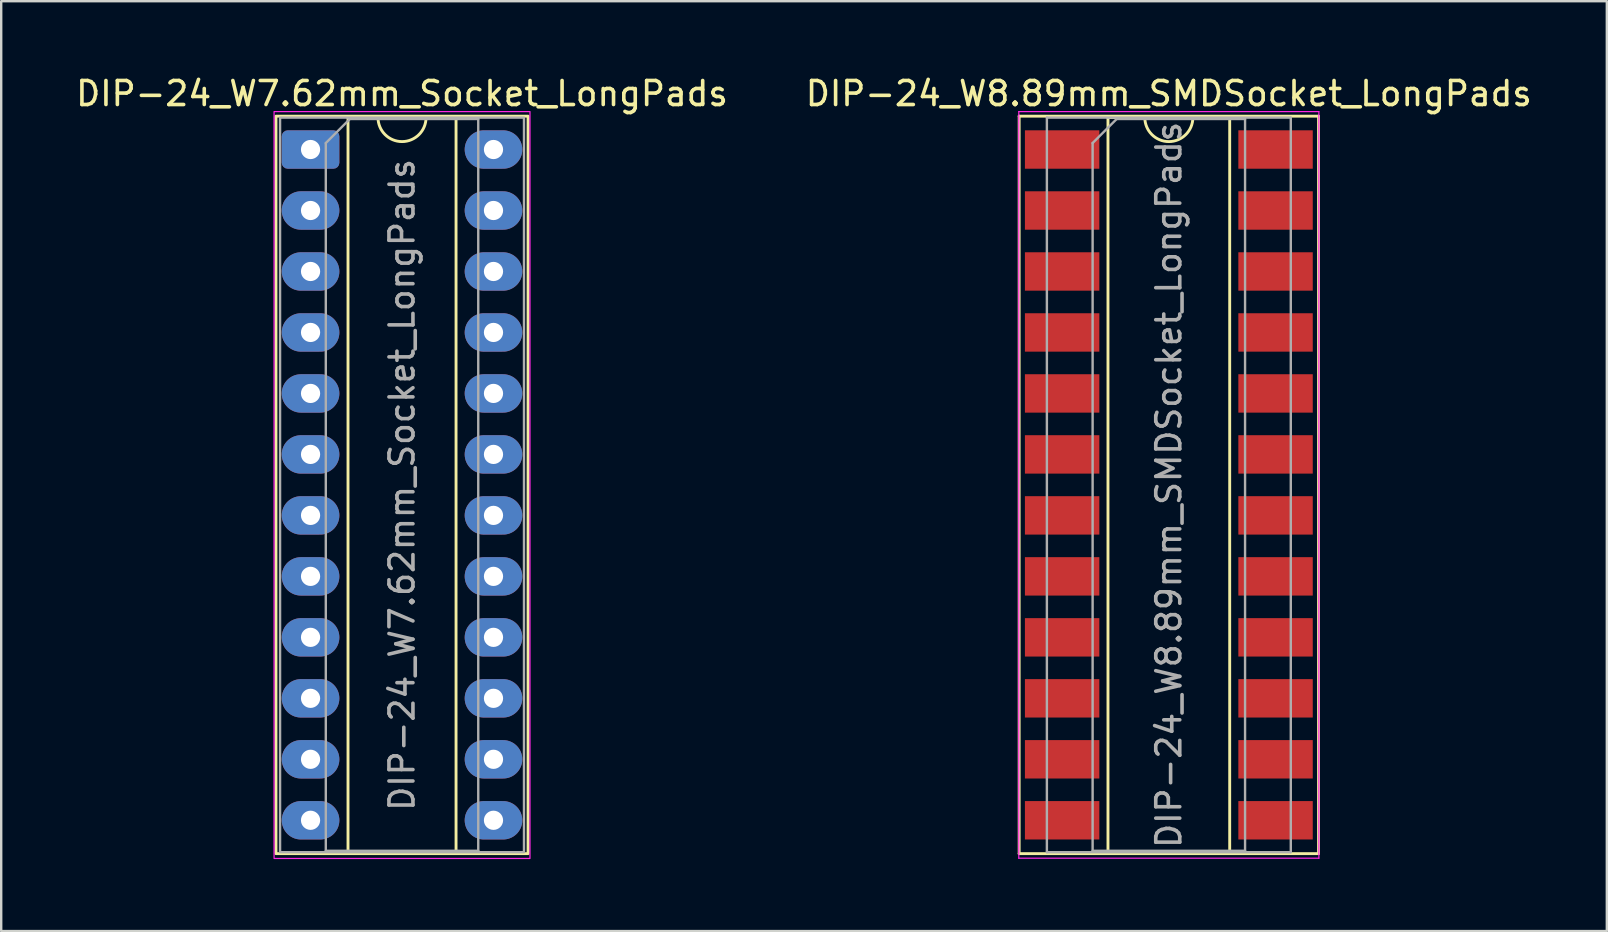
<source format=kicad_pcb>
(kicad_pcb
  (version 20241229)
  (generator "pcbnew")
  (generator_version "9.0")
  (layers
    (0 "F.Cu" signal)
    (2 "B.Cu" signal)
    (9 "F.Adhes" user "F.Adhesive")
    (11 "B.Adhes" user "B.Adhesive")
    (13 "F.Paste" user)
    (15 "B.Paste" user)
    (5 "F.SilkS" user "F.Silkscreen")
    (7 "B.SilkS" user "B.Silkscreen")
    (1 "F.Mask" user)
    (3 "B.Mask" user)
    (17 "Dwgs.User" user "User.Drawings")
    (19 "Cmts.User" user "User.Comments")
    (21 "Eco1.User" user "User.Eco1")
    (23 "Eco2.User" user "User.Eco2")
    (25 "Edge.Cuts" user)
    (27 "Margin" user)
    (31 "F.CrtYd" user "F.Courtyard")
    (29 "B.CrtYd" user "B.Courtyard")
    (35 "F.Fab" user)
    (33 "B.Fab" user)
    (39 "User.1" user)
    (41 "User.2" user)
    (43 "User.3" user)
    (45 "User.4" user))
  (footprint "DIP-24_W8.89mm_SMDSocket_LongPads"
    (layer "F.Cu")
    (at 45.637 17.148)
    (property "Reference" "DIP-24_W8.89mm_SMDSocket_LongPads" (at 0 -16.3 0) (layer "F.SilkS") (effects (font (size 1 1) (thickness 0.15))))
    (attr smd)
    (fp_line (start -6.235 -15.36) (end -6.235 15.36) (stroke (width 0.12) (type solid)) (layer "F.SilkS"))
    (fp_line (start -6.235 15.36) (end 6.235 15.36) (stroke (width 0.12) (type solid)) (layer "F.SilkS"))
    (fp_line (start -2.535 -15.3) (end -2.535 15.3) (stroke (width 0.12) (type solid)) (layer "F.SilkS"))
    (fp_line (start -2.535 15.3) (end 2.535 15.3) (stroke (width 0.12) (type solid)) (layer "F.SilkS"))
    (fp_line (start -1 -15.3) (end -2.535 -15.3) (stroke (width 0.12) (type solid)) (layer "F.SilkS"))
    (fp_line (start 2.535 -15.3) (end 1 -15.3) (stroke (width 0.12) (type solid)) (layer "F.SilkS"))
    (fp_line (start 2.535 15.3) (end 2.535 -15.3) (stroke (width 0.12) (type solid)) (layer "F.SilkS"))
    (fp_line (start 6.235 -15.36) (end -6.235 -15.36) (stroke (width 0.12) (type solid)) (layer "F.SilkS"))
    (fp_line (start 6.235 15.36) (end 6.235 -15.36) (stroke (width 0.12) (type solid)) (layer "F.SilkS"))
    (fp_arc (start 1 -15.3) (mid 0 -14.3) (end -1 -15.3) (stroke (width 0.12) (type solid)) (layer "F.SilkS"))
    (fp_line (start -6.25 -15.55) (end -6.25 15.55) (stroke (width 0.05) (type solid)) (layer "F.CrtYd"))
    (fp_line (start -6.25 15.55) (end 6.25 15.55) (stroke (width 0.05) (type solid)) (layer "F.CrtYd"))
    (fp_line (start 6.25 -15.55) (end -6.25 -15.55) (stroke (width 0.05) (type solid)) (layer "F.CrtYd"))
    (fp_line (start 6.25 15.55) (end 6.25 -15.55) (stroke (width 0.05) (type solid)) (layer "F.CrtYd"))
    (fp_line (start -5.08 -15.3) (end -5.08 15.3) (stroke (width 0.1) (type solid)) (layer "F.Fab"))
    (fp_line (start -5.08 15.3) (end 5.08 15.3) (stroke (width 0.1) (type solid)) (layer "F.Fab"))
    (fp_line (start -3.175 -14.24) (end -2.175 -15.24) (stroke (width 0.1) (type solid)) (layer "F.Fab"))
    (fp_line (start -3.175 15.24) (end -3.175 -14.24) (stroke (width 0.1) (type solid)) (layer "F.Fab"))
    (fp_line (start -2.175 -15.24) (end 3.175 -15.24) (stroke (width 0.1) (type solid)) (layer "F.Fab"))
    (fp_line (start 3.175 -15.24) (end 3.175 15.24) (stroke (width 0.1) (type solid)) (layer "F.Fab"))
    (fp_line (start 3.175 15.24) (end -3.175 15.24) (stroke (width 0.1) (type solid)) (layer "F.Fab"))
    (fp_line (start 5.08 -15.3) (end -5.08 -15.3) (stroke (width 0.1) (type solid)) (layer "F.Fab"))
    (fp_line (start 5.08 15.3) (end 5.08 -15.3) (stroke (width 0.1) (type solid)) (layer "F.Fab"))
    (fp_text user "${REFERENCE}" (at 0 0 90) (layer "F.Fab") (effects (font (size 1 1) (thickness 0.15))))
    (pad "1" smd rect (at -4.445 -13.97) (size 3.1 1.6) (layers "F.Cu" "F.Mask" "F.Paste"))
    (pad "2" smd rect (at -4.445 -11.43) (size 3.1 1.6) (layers "F.Cu" "F.Mask" "F.Paste"))
    (pad "3" smd rect (at -4.445 -8.89) (size 3.1 1.6) (layers "F.Cu" "F.Mask" "F.Paste"))
    (pad "4" smd rect (at -4.445 -6.35) (size 3.1 1.6) (layers "F.Cu" "F.Mask" "F.Paste"))
    (pad "5" smd rect (at -4.445 -3.81) (size 3.1 1.6) (layers "F.Cu" "F.Mask" "F.Paste"))
    (pad "6" smd rect (at -4.445 -1.27) (size 3.1 1.6) (layers "F.Cu" "F.Mask" "F.Paste"))
    (pad "7" smd rect (at -4.445 1.27) (size 3.1 1.6) (layers "F.Cu" "F.Mask" "F.Paste"))
    (pad "8" smd rect (at -4.445 3.81) (size 3.1 1.6) (layers "F.Cu" "F.Mask" "F.Paste"))
    (pad "9" smd rect (at -4.445 6.35) (size 3.1 1.6) (layers "F.Cu" "F.Mask" "F.Paste"))
    (pad "10" smd rect (at -4.445 8.89) (size 3.1 1.6) (layers "F.Cu" "F.Mask" "F.Paste"))
    (pad "11" smd rect (at -4.445 11.43) (size 3.1 1.6) (layers "F.Cu" "F.Mask" "F.Paste"))
    (pad "12" smd rect (at -4.445 13.97) (size 3.1 1.6) (layers "F.Cu" "F.Mask" "F.Paste"))
    (pad "13" smd rect (at 4.445 13.97) (size 3.1 1.6) (layers "F.Cu" "F.Mask" "F.Paste"))
    (pad "14" smd rect (at 4.445 11.43) (size 3.1 1.6) (layers "F.Cu" "F.Mask" "F.Paste"))
    (pad "15" smd rect (at 4.445 8.89) (size 3.1 1.6) (layers "F.Cu" "F.Mask" "F.Paste"))
    (pad "16" smd rect (at 4.445 6.35) (size 3.1 1.6) (layers "F.Cu" "F.Mask" "F.Paste"))
    (pad "17" smd rect (at 4.445 3.81) (size 3.1 1.6) (layers "F.Cu" "F.Mask" "F.Paste"))
    (pad "18" smd rect (at 4.445 1.27) (size 3.1 1.6) (layers "F.Cu" "F.Mask" "F.Paste"))
    (pad "19" smd rect (at 4.445 -1.27) (size 3.1 1.6) (layers "F.Cu" "F.Mask" "F.Paste"))
    (pad "20" smd rect (at 4.445 -3.81) (size 3.1 1.6) (layers "F.Cu" "F.Mask" "F.Paste"))
    (pad "21" smd rect (at 4.445 -6.35) (size 3.1 1.6) (layers "F.Cu" "F.Mask" "F.Paste"))
    (pad "22" smd rect (at 4.445 -8.89) (size 3.1 1.6) (layers "F.Cu" "F.Mask" "F.Paste"))
    (pad "23" smd rect (at 4.445 -11.43) (size 3.1 1.6) (layers "F.Cu" "F.Mask" "F.Paste"))
    (pad "24" smd rect (at 4.445 -13.97) (size 3.1 1.6) (layers "F.Cu" "F.Mask" "F.Paste")))
  (footprint "DIP-24_W7.62mm_Socket_LongPads"
    (layer "F.Cu")
    (at 9.886 3.178)
    (property "Reference" "DIP-24_W7.62mm_Socket_LongPads" (at 3.81 -2.33 0) (layer "F.SilkS") (effects (font (size 1 1) (thickness 0.15))))
    (attr through_hole)
    (fp_line (start 1.56 -1.33) (end 1.56 29.27) (stroke (width 0.12) (type solid)) (layer "F.SilkS"))
    (fp_line (start 1.56 29.27) (end 6.06 29.27) (stroke (width 0.12) (type solid)) (layer "F.SilkS"))
    (fp_line (start 2.81 -1.33) (end 1.56 -1.33) (stroke (width 0.12) (type solid)) (layer "F.SilkS"))
    (fp_line (start 6.06 -1.33) (end 4.81 -1.33) (stroke (width 0.12) (type solid)) (layer "F.SilkS"))
    (fp_line (start 6.06 29.27) (end 6.06 -1.33) (stroke (width 0.12) (type solid)) (layer "F.SilkS"))
    (fp_rect (start -1.44 -1.39) (end 9.06 29.33) (stroke (width 0.12) (type solid)) (fill no) (layer "F.SilkS"))
    (fp_arc (start 4.81 -1.33) (mid 3.81 -0.33) (end 2.81 -1.33) (stroke (width 0.12) (type solid)) (layer "F.SilkS"))
    (fp_rect (start -1.52 -1.58) (end 9.14 29.53) (stroke (width 0.05) (type solid)) (fill no) (layer "F.CrtYd"))
    (fp_line (start 0.635 -0.27) (end 1.635 -1.27) (stroke (width 0.1) (type solid)) (layer "F.Fab"))
    (fp_line (start 0.635 29.21) (end 0.635 -0.27) (stroke (width 0.1) (type solid)) (layer "F.Fab"))
    (fp_line (start 1.635 -1.27) (end 6.985 -1.27) (stroke (width 0.1) (type solid)) (layer "F.Fab"))
    (fp_line (start 6.985 -1.27) (end 6.985 29.21) (stroke (width 0.1) (type solid)) (layer "F.Fab"))
    (fp_line (start 6.985 29.21) (end 0.635 29.21) (stroke (width 0.1) (type solid)) (layer "F.Fab"))
    (fp_rect (start -1.27 -1.33) (end 8.89 29.27) (stroke (width 0.1) (type solid)) (fill no) (layer "F.Fab"))
    (fp_text user "${REFERENCE}" (at 3.81 13.97 90) (layer "F.Fab") (effects (font (size 1 1) (thickness 0.15))))
    (pad "1" thru_hole roundrect (at 0 0) (size 2.4 1.6) (drill 0.8) (layers "*.Cu" "*.Mask") (roundrect_rratio 0.156))
    (pad "2" thru_hole oval (at 0 2.54) (size 2.4 1.6) (drill 0.8) (layers "*.Cu" "*.Mask"))
    (pad "3" thru_hole oval (at 0 5.08) (size 2.4 1.6) (drill 0.8) (layers "*.Cu" "*.Mask"))
    (pad "4" thru_hole oval (at 0 7.62) (size 2.4 1.6) (drill 0.8) (layers "*.Cu" "*.Mask"))
    (pad "5" thru_hole oval (at 0 10.16) (size 2.4 1.6) (drill 0.8) (layers "*.Cu" "*.Mask"))
    (pad "6" thru_hole oval (at 0 12.7) (size 2.4 1.6) (drill 0.8) (layers "*.Cu" "*.Mask"))
    (pad "7" thru_hole oval (at 0 15.24) (size 2.4 1.6) (drill 0.8) (layers "*.Cu" "*.Mask"))
    (pad "8" thru_hole oval (at 0 17.78) (size 2.4 1.6) (drill 0.8) (layers "*.Cu" "*.Mask"))
    (pad "9" thru_hole oval (at 0 20.32) (size 2.4 1.6) (drill 0.8) (layers "*.Cu" "*.Mask"))
    (pad "10" thru_hole oval (at 0 22.86) (size 2.4 1.6) (drill 0.8) (layers "*.Cu" "*.Mask"))
    (pad "11" thru_hole oval (at 0 25.4) (size 2.4 1.6) (drill 0.8) (layers "*.Cu" "*.Mask"))
    (pad "12" thru_hole oval (at 0 27.94) (size 2.4 1.6) (drill 0.8) (layers "*.Cu" "*.Mask"))
    (pad "13" thru_hole oval (at 7.62 27.94) (size 2.4 1.6) (drill 0.8) (layers "*.Cu" "*.Mask"))
    (pad "14" thru_hole oval (at 7.62 25.4) (size 2.4 1.6) (drill 0.8) (layers "*.Cu" "*.Mask"))
    (pad "15" thru_hole oval (at 7.62 22.86) (size 2.4 1.6) (drill 0.8) (layers "*.Cu" "*.Mask"))
    (pad "16" thru_hole oval (at 7.62 20.32) (size 2.4 1.6) (drill 0.8) (layers "*.Cu" "*.Mask"))
    (pad "17" thru_hole oval (at 7.62 17.78) (size 2.4 1.6) (drill 0.8) (layers "*.Cu" "*.Mask"))
    (pad "18" thru_hole oval (at 7.62 15.24) (size 2.4 1.6) (drill 0.8) (layers "*.Cu" "*.Mask"))
    (pad "19" thru_hole oval (at 7.62 12.7) (size 2.4 1.6) (drill 0.8) (layers "*.Cu" "*.Mask"))
    (pad "20" thru_hole oval (at 7.62 10.16) (size 2.4 1.6) (drill 0.8) (layers "*.Cu" "*.Mask"))
    (pad "21" thru_hole oval (at 7.62 7.62) (size 2.4 1.6) (drill 0.8) (layers "*.Cu" "*.Mask"))
    (pad "22" thru_hole oval (at 7.62 5.08) (size 2.4 1.6) (drill 0.8) (layers "*.Cu" "*.Mask"))
    (pad "23" thru_hole oval (at 7.62 2.54) (size 2.4 1.6) (drill 0.8) (layers "*.Cu" "*.Mask"))
    (pad "24" thru_hole oval (at 7.62 0) (size 2.4 1.6) (drill 0.8) (layers "*.Cu" "*.Mask")))
  (gr_rect
    (start -3 -3)
    (end 63.881 35.733)
    (stroke (width 0.1) (type default))
    (fill no)
    (layer "Edge.Cuts")))
</source>
